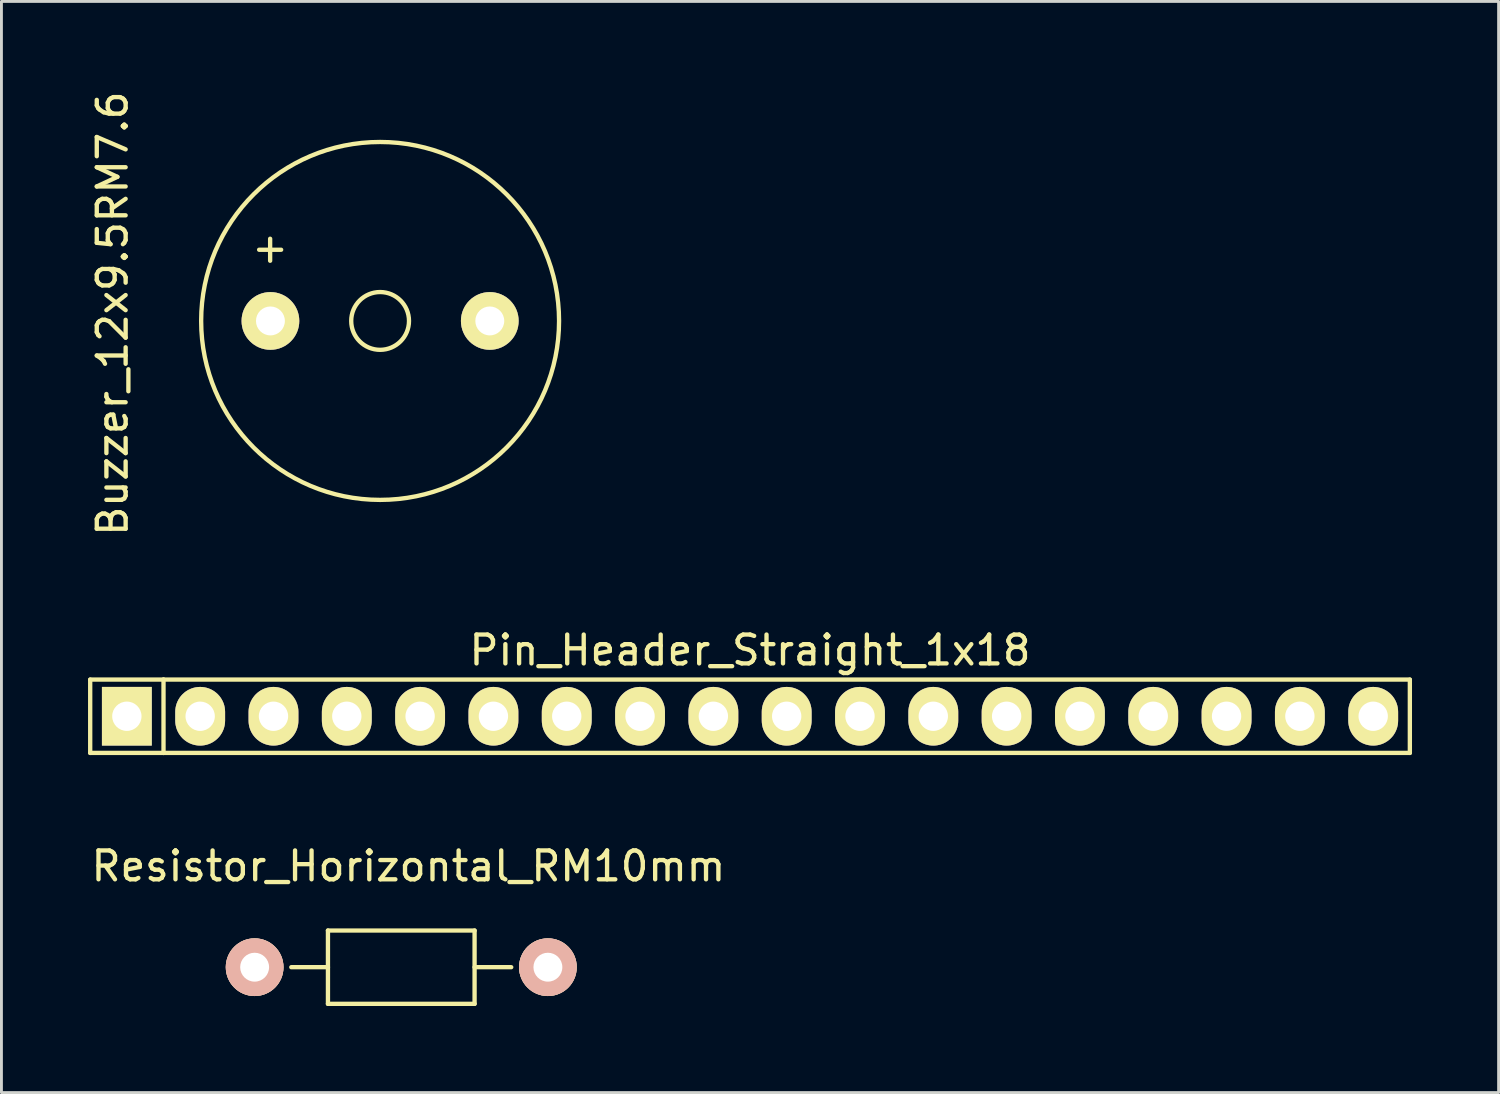
<source format=kicad_pcb>
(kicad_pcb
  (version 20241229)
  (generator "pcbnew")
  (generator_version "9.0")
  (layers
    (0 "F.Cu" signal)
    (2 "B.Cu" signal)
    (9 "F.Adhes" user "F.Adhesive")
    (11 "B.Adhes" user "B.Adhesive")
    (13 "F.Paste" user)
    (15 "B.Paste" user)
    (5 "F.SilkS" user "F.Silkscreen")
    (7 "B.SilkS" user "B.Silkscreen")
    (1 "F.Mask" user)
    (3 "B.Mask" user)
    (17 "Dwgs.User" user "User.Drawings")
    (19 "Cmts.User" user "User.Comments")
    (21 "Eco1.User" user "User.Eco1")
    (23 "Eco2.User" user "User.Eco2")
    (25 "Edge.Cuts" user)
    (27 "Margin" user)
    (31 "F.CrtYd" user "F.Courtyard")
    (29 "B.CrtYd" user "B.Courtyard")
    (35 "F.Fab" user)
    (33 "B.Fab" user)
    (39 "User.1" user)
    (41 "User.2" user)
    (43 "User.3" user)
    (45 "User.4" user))
  (footprint "Pin_Header_Straight_1x18"
    (layer "F.Cu")
    (at 22.935 21.765)
    (property "Reference" "Pin_Header_Straight_1x18" (at 0 -2.286 0) (layer "F.SilkS") (effects (font (size 1 1) (thickness 0.15))))
    (attr through_hole)
    (fp_line (start -22.86 -1.27) (end -22.86 1.27) (stroke (width 0.15) (type solid)) (layer "F.SilkS"))
    (fp_line (start -22.86 -1.27) (end -20.32 -1.27) (stroke (width 0.15) (type solid)) (layer "F.SilkS"))
    (fp_line (start -22.86 1.27) (end -20.32 1.27) (stroke (width 0.15) (type solid)) (layer "F.SilkS"))
    (fp_line (start -20.32 -1.27) (end -20.32 1.27) (stroke (width 0.15) (type solid)) (layer "F.SilkS"))
    (fp_line (start -20.32 -1.27) (end 22.86 -1.27) (stroke (width 0.15) (type solid)) (layer "F.SilkS"))
    (fp_line (start 22.86 -1.27) (end 22.86 1.27) (stroke (width 0.15) (type solid)) (layer "F.SilkS"))
    (fp_line (start 22.86 1.27) (end -20.32 1.27) (stroke (width 0.15) (type solid)) (layer "F.SilkS"))
    (pad "1" thru_hole rect (at -21.59 0) (size 1.727 2.032) (drill 1.016) (layers "*.Cu" "*.Mask" "F.SilkS"))
    (pad "2" thru_hole oval (at -19.05 0) (size 1.727 2.032) (drill 1.016) (layers "*.Cu" "*.Mask" "F.SilkS"))
    (pad "3" thru_hole oval (at -16.51 0) (size 1.727 2.032) (drill 1.016) (layers "*.Cu" "*.Mask" "F.SilkS"))
    (pad "4" thru_hole oval (at -13.97 0) (size 1.727 2.032) (drill 1.016) (layers "*.Cu" "*.Mask" "F.SilkS"))
    (pad "5" thru_hole oval (at -11.43 0) (size 1.727 2.032) (drill 1.016) (layers "*.Cu" "*.Mask" "F.SilkS"))
    (pad "6" thru_hole oval (at -8.89 0) (size 1.727 2.032) (drill 1.016) (layers "*.Cu" "*.Mask" "F.SilkS"))
    (pad "7" thru_hole oval (at -6.35 0) (size 1.727 2.032) (drill 1.016) (layers "*.Cu" "*.Mask" "F.SilkS"))
    (pad "8" thru_hole oval (at -3.81 0) (size 1.727 2.032) (drill 1.016) (layers "*.Cu" "*.Mask" "F.SilkS"))
    (pad "9" thru_hole oval (at -1.27 0) (size 1.727 2.032) (drill 1.016) (layers "*.Cu" "*.Mask" "F.SilkS"))
    (pad "10" thru_hole oval (at 1.27 0) (size 1.727 2.032) (drill 1.016) (layers "*.Cu" "*.Mask" "F.SilkS"))
    (pad "11" thru_hole oval (at 3.81 0) (size 1.727 2.032) (drill 1.016) (layers "*.Cu" "*.Mask" "F.SilkS"))
    (pad "12" thru_hole oval (at 6.35 0) (size 1.727 2.032) (drill 1.016) (layers "*.Cu" "*.Mask" "F.SilkS"))
    (pad "13" thru_hole oval (at 8.89 0) (size 1.727 2.032) (drill 1.016) (layers "*.Cu" "*.Mask" "F.SilkS"))
    (pad "14" thru_hole oval (at 11.43 0) (size 1.727 2.032) (drill 1.016) (layers "*.Cu" "*.Mask" "F.SilkS"))
    (pad "15" thru_hole oval (at 13.97 0) (size 1.727 2.032) (drill 1.016) (layers "*.Cu" "*.Mask" "F.SilkS"))
    (pad "16" thru_hole oval (at 16.51 0) (size 1.727 2.032) (drill 1.016) (layers "*.Cu" "*.Mask" "F.SilkS"))
    (pad "17" thru_hole oval (at 19.05 0) (size 1.727 2.032) (drill 1.016) (layers "*.Cu" "*.Mask" "F.SilkS"))
    (pad "18" thru_hole oval (at 21.59 0) (size 1.727 2.032) (drill 1.016) (layers "*.Cu" "*.Mask" "F.SilkS")))
  (footprint "Resistor_Horizontal_RM10mm"
    (layer "F.Cu")
    (at 10.852 30.459)
    (property "Reference" "Resistor_Horizontal_RM10mm" (at 0.249 -3.5 0) (layer "F.SilkS") (effects (font (size 1 1) (thickness 0.15))))
    (attr through_hole)
    (fp_line (start -2.54 -1.27) (end 2.54 -1.27) (stroke (width 0.15) (type solid)) (layer "F.SilkS"))
    (fp_line (start -2.54 0) (end -3.81 0) (stroke (width 0.15) (type solid)) (layer "F.SilkS"))
    (fp_line (start -2.54 1.27) (end -2.54 -1.27) (stroke (width 0.15) (type solid)) (layer "F.SilkS"))
    (fp_line (start 2.54 -1.27) (end 2.54 1.27) (stroke (width 0.15) (type solid)) (layer "F.SilkS"))
    (fp_line (start 2.54 0) (end 3.81 0) (stroke (width 0.15) (type solid)) (layer "F.SilkS"))
    (fp_line (start 2.54 1.27) (end -2.54 1.27) (stroke (width 0.15) (type solid)) (layer "F.SilkS"))
    (pad "1" thru_hole circle (at -5.08 0) (size 1.999 1.999) (drill 1.001) (layers "*.Cu" "*.SilkS" "*.Mask"))
    (pad "2" thru_hole circle (at 5.08 0) (size 1.999 1.999) (drill 1.001) (layers "*.Cu" "*.SilkS" "*.Mask")))
  (footprint "Buzzer_12x9.5RM7.6"
    (layer "F.Cu")
    (at 10.119 8.069)
    (property "Reference" "Buzzer_12x9.5RM7.6" (at -9.271 -0.254 90) (layer "F.SilkS") (effects (font (size 1 1) (thickness 0.15))))
    (attr through_hole)
    (fp_circle (center 0 0) (end 1.001 0) (stroke (width 0.15) (type solid)) (fill no) (layer "F.SilkS"))
    (fp_circle (center 0 0) (end 6.2 0) (stroke (width 0.15) (type solid)) (fill no) (layer "F.SilkS"))
    (fp_text user "+" (at -3.81 -2.54 0) (layer "F.SilkS") (effects (font (size 1 1) (thickness 0.15))))
    (pad "1" thru_hole circle (at -3.8 0) (size 2 2) (drill 1.001) (layers "*.Cu" "*.Mask" "F.SilkS"))
    (pad "2" thru_hole circle (at 3.8 0) (size 2 2) (drill 1.001) (layers "*.Cu" "*.Mask" "F.SilkS")))
  (gr_rect
    (start -3 -3)
    (end 48.87 34.804)
    (stroke (width 0.1) (type default))
    (fill no)
    (layer "Edge.Cuts")))
</source>
